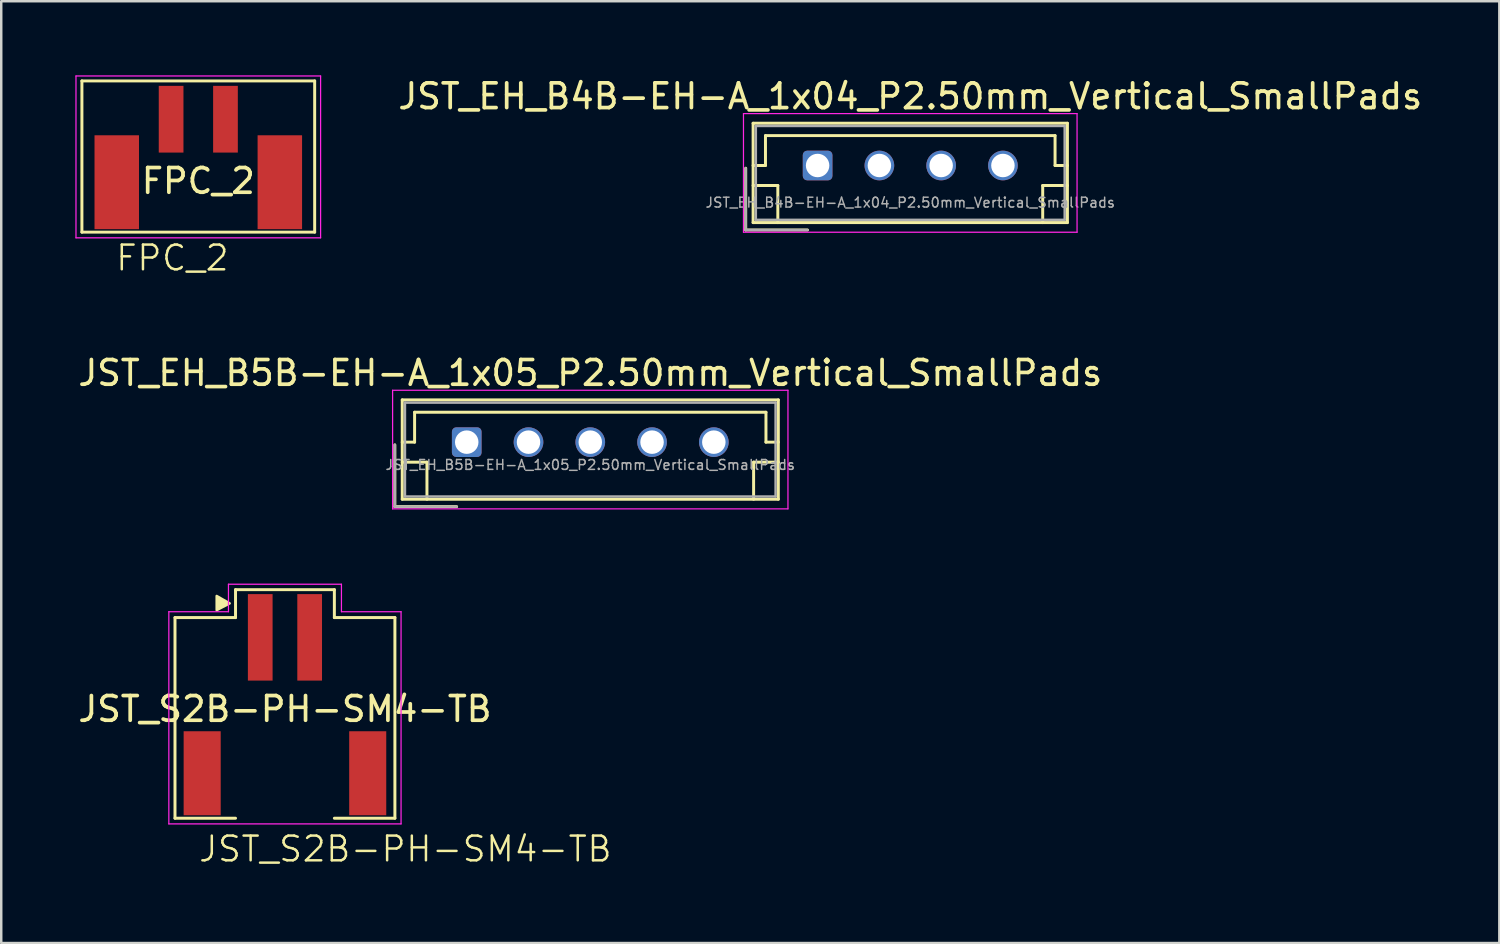
<source format=kicad_pcb>
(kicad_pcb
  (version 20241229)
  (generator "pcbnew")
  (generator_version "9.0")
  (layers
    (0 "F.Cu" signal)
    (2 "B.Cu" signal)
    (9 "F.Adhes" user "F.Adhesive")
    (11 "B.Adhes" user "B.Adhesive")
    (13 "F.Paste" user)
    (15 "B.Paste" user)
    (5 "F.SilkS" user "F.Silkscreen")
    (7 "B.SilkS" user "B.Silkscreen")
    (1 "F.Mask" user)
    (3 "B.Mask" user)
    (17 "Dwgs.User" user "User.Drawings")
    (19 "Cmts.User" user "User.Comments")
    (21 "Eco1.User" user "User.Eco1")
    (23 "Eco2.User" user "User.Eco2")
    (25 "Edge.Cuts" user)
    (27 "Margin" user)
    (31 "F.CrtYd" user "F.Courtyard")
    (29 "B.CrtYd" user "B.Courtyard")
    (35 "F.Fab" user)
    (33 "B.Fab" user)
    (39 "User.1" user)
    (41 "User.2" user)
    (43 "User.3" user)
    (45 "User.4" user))
  (footprint "FPC_2"
    (layer "F.Cu")
    (at 4.975 1.775)
    (property "Reference" "FPC_2" (at 0 2.5 0) (unlocked yes) (layer "F.SilkS") (effects (font (size 1 1) (thickness 0.15))))
    (property "Value" "FPC_2" (at 0 3.65 0) (unlocked yes) (layer "F.Fab") (hide yes) (effects (font (size 1 1) (thickness 0.15))))
    (attr smd)
    (fp_line (start -4.71 -1.55) (end 4.71 -1.55) (stroke (width 0.12) (type default)) (layer "F.SilkS"))
    (fp_line (start -4.71 4.57) (end -4.71 -1.55) (stroke (width 0.12) (type default)) (layer "F.SilkS"))
    (fp_line (start 4.71 4.57) (end -4.71 4.57) (stroke (width 0.12) (type default)) (layer "F.SilkS"))
    (fp_line (start 4.71 4.57) (end 4.71 -1.55) (stroke (width 0.12) (type default)) (layer "F.SilkS"))
    (fp_line (start -4.95 -1.75) (end -4.95 4.8) (stroke (width 0.05) (type default)) (layer "F.CrtYd"))
    (fp_line (start -4.95 -1.75) (end 4.95 -1.75) (stroke (width 0.05) (type default)) (layer "F.CrtYd"))
    (fp_line (start -4.95 4.8) (end 4.95 4.8) (stroke (width 0.05) (type default)) (layer "F.CrtYd"))
    (fp_line (start 4.95 -1.75) (end 4.95 4.8) (stroke (width 0.05) (type default)) (layer "F.CrtYd"))
    (fp_text user "${VALUE}" (at -3.4 6.2 0) (unlocked yes) (layer "F.SilkS") (effects (font (size 1 1) (thickness 0.1)) (justify left bottom)))
    (pad "0" smd rect (at -3.3 2.55) (size 1.8 3.8) (layers "F.Cu" "F.Mask" "F.Paste"))
    (pad "0" smd rect (at 3.3 2.55) (size 1.8 3.8) (layers "F.Cu" "F.Mask" "F.Paste"))
    (pad "1" smd rect (at -1.1 0) (size 1 2.7) (layers "F.Cu" "F.Mask" "F.Paste"))
    (pad "2" smd rect (at 1.1 0) (size 1 2.7) (layers "F.Cu" "F.Mask" "F.Paste")))
  (footprint "JST_EH_B5B-EH-A_1x05_P2.50mm_Vertical_SmallPads"
    (layer "F.Cu")
    (at 15.839 14.844)
    (property "Reference" "JST_EH_B5B-EH-A_1x05_P2.50mm_Vertical_SmallPads" (at 5 -2.8 0) (layer "F.SilkS") (effects (font (size 1 1) (thickness 0.15))))
    (attr through_hole)
    (fp_line (start -2.91 0.11) (end -2.91 2.61) (stroke (width 0.12) (type solid)) (layer "F.SilkS"))
    (fp_line (start -2.91 2.61) (end -0.41 2.61) (stroke (width 0.12) (type solid)) (layer "F.SilkS"))
    (fp_line (start -2.61 -1.71) (end -2.61 2.31) (stroke (width 0.12) (type solid)) (layer "F.SilkS"))
    (fp_line (start -2.61 0) (end -2.11 0) (stroke (width 0.12) (type solid)) (layer "F.SilkS"))
    (fp_line (start -2.61 0.81) (end -1.61 0.81) (stroke (width 0.12) (type solid)) (layer "F.SilkS"))
    (fp_line (start -2.61 2.31) (end 12.61 2.31) (stroke (width 0.12) (type solid)) (layer "F.SilkS"))
    (fp_line (start -2.11 -1.21) (end 12.11 -1.21) (stroke (width 0.12) (type solid)) (layer "F.SilkS"))
    (fp_line (start -2.11 0) (end -2.11 -1.21) (stroke (width 0.12) (type solid)) (layer "F.SilkS"))
    (fp_line (start -1.61 0.81) (end -1.61 2.31) (stroke (width 0.12) (type solid)) (layer "F.SilkS"))
    (fp_line (start 11.61 0.81) (end 11.61 2.31) (stroke (width 0.12) (type solid)) (layer "F.SilkS"))
    (fp_line (start 12.11 -1.21) (end 12.11 0) (stroke (width 0.12) (type solid)) (layer "F.SilkS"))
    (fp_line (start 12.11 0) (end 12.61 0) (stroke (width 0.12) (type solid)) (layer "F.SilkS"))
    (fp_line (start 12.61 -1.71) (end -2.61 -1.71) (stroke (width 0.12) (type solid)) (layer "F.SilkS"))
    (fp_line (start 12.61 0.81) (end 11.61 0.81) (stroke (width 0.12) (type solid)) (layer "F.SilkS"))
    (fp_line (start 12.61 2.31) (end 12.61 -1.71) (stroke (width 0.12) (type solid)) (layer "F.SilkS"))
    (fp_line (start -3 -2.1) (end -3 2.7) (stroke (width 0.05) (type solid)) (layer "F.CrtYd"))
    (fp_line (start -3 2.7) (end 13 2.7) (stroke (width 0.05) (type solid)) (layer "F.CrtYd"))
    (fp_line (start 13 -2.1) (end -3 -2.1) (stroke (width 0.05) (type solid)) (layer "F.CrtYd"))
    (fp_line (start 13 2.7) (end 13 -2.1) (stroke (width 0.05) (type solid)) (layer "F.CrtYd"))
    (fp_line (start -2.91 0.11) (end -2.91 2.61) (stroke (width 0.1) (type solid)) (layer "F.Fab"))
    (fp_line (start -2.91 2.61) (end -0.41 2.61) (stroke (width 0.1) (type solid)) (layer "F.Fab"))
    (fp_line (start -2.5 -1.6) (end -2.5 2.2) (stroke (width 0.1) (type solid)) (layer "F.Fab"))
    (fp_line (start -2.5 2.2) (end 12.5 2.2) (stroke (width 0.1) (type solid)) (layer "F.Fab"))
    (fp_line (start 12.5 -1.6) (end -2.5 -1.6) (stroke (width 0.1) (type solid)) (layer "F.Fab"))
    (fp_line (start 12.5 2.2) (end 12.5 -1.6) (stroke (width 0.1) (type solid)) (layer "F.Fab"))
    (fp_text user "${REFERENCE}" (at 5 0.92 0) (layer "F.Fab") (effects (font (size 0.4 0.4) (thickness 0.06))))
    (pad "1" thru_hole roundrect (at 0 0) (size 1.2 1.2) (drill 0.95) (layers "*.Cu" "*.Mask") (roundrect_rratio 0.147))
    (pad "2" thru_hole oval (at 2.5 0) (size 1.2 1.2) (drill 0.95) (layers "*.Cu" "*.Mask"))
    (pad "3" thru_hole oval (at 5 0) (size 1.2 1.2) (drill 0.95) (layers "*.Cu" "*.Mask"))
    (pad "4" thru_hole oval (at 7.5 0) (size 1.2 1.2) (drill 0.95) (layers "*.Cu" "*.Mask"))
    (pad "5" thru_hole oval (at 10 0) (size 1.2 1.2) (drill 0.95) (layers "*.Cu" "*.Mask")))
  (footprint "JST_S2B-PH-SM4-TB"
    (layer "F.Cu")
    (at 8.482 25.644)
    (property "Reference" "JST_S2B-PH-SM4-TB" (at 0 0 0) (unlocked yes) (layer "F.SilkS") (effects (font (size 1 1) (thickness 0.15))))
    (property "Value" "JST_S2B-PH-SM4-TB" (at 0 1.15 0) (unlocked yes) (layer "F.Fab") (hide yes) (effects (font (size 1 1) (thickness 0.15))))
    (attr smd)
    (fp_line (start -4.45 -3.7) (end -2 -3.7) (stroke (width 0.12) (type default)) (layer "F.SilkS"))
    (fp_line (start -4.45 4.42) (end -4.45 -3.7) (stroke (width 0.12) (type default)) (layer "F.SilkS"))
    (fp_line (start -2 -4.83) (end 2 -4.83) (stroke (width 0.12) (type default)) (layer "F.SilkS"))
    (fp_line (start -2 -3.7) (end -2 -4.83) (stroke (width 0.12) (type default)) (layer "F.SilkS"))
    (fp_line (start -2 4.42) (end -4.45 4.42) (stroke (width 0.12) (type default)) (layer "F.SilkS"))
    (fp_line (start 2 -4.83) (end 2 -3.7) (stroke (width 0.12) (type default)) (layer "F.SilkS"))
    (fp_line (start 2 -3.7) (end 4.45 -3.7) (stroke (width 0.12) (type default)) (layer "F.SilkS"))
    (fp_line (start 2 4.42) (end 4.45 4.42) (stroke (width 0.12) (type default)) (layer "F.SilkS"))
    (fp_line (start 4.45 4.42) (end 4.45 -3.7) (stroke (width 0.12) (type default)) (layer "F.SilkS"))
    (fp_poly (pts (xy -2.763 -4.575) (xy -2.238 -4.275) (xy -2.763 -4)) (stroke (width 0.1) (type solid)) (fill yes) (layer "F.SilkS"))
    (fp_line (start -4.699 -3.937) (end -4.699 4.65) (stroke (width 0.05) (type default)) (layer "F.CrtYd"))
    (fp_line (start -4.699 4.65) (end 4.699 4.65) (stroke (width 0.05) (type default)) (layer "F.CrtYd"))
    (fp_line (start -2.286 -5.05) (end -2.286 -3.937) (stroke (width 0.05) (type default)) (layer "F.CrtYd"))
    (fp_line (start -2.286 -5.05) (end 2.286 -5.05) (stroke (width 0.05) (type default)) (layer "F.CrtYd"))
    (fp_line (start -2.286 -3.937) (end -4.699 -3.937) (stroke (width 0.05) (type default)) (layer "F.CrtYd"))
    (fp_line (start 2.286 -5.05) (end 2.286 -3.937) (stroke (width 0.05) (type default)) (layer "F.CrtYd"))
    (fp_line (start 2.286 -3.937) (end 4.699 -3.937) (stroke (width 0.05) (type default)) (layer "F.CrtYd"))
    (fp_line (start 4.699 -3.937) (end 4.699 4.65) (stroke (width 0.05) (type default)) (layer "F.CrtYd"))
    (fp_text user "${VALUE}" (at -3.55 6.25 0) (unlocked yes) (layer "F.SilkS") (effects (font (size 1 1) (thickness 0.1)) (justify left bottom)))
    (pad "0" smd rect (at -3.35 2.6) (size 1.5 3.4) (layers "F.Cu" "F.Mask" "F.Paste"))
    (pad "0" smd rect (at 3.35 2.6) (size 1.5 3.4) (layers "F.Cu" "F.Mask" "F.Paste"))
    (pad "1" smd rect (at -1 -2.9) (size 1 3.5) (layers "F.Cu" "F.Mask" "F.Paste"))
    (pad "2" smd rect (at 1 -2.9) (size 1 3.5) (layers "F.Cu" "F.Mask" "F.Paste")))
  (footprint "JST_EH_B4B-EH-A_1x04_P2.50mm_Vertical_SmallPads"
    (layer "F.Cu")
    (at 30.039 3.648)
    (property "Reference" "JST_EH_B4B-EH-A_1x04_P2.50mm_Vertical_SmallPads" (at 3.75 -2.8 0) (layer "F.SilkS") (effects (font (size 1 1) (thickness 0.15))))
    (attr through_hole)
    (fp_line (start -2.91 0.11) (end -2.91 2.61) (stroke (width 0.12) (type solid)) (layer "F.SilkS"))
    (fp_line (start -2.91 2.61) (end -0.41 2.61) (stroke (width 0.12) (type solid)) (layer "F.SilkS"))
    (fp_line (start -2.61 -1.71) (end -2.61 2.31) (stroke (width 0.12) (type solid)) (layer "F.SilkS"))
    (fp_line (start -2.61 0) (end -2.11 0) (stroke (width 0.12) (type solid)) (layer "F.SilkS"))
    (fp_line (start -2.61 0.81) (end -1.61 0.81) (stroke (width 0.12) (type solid)) (layer "F.SilkS"))
    (fp_line (start -2.61 2.31) (end 10.11 2.31) (stroke (width 0.12) (type solid)) (layer "F.SilkS"))
    (fp_line (start -2.11 -1.21) (end 9.61 -1.21) (stroke (width 0.12) (type solid)) (layer "F.SilkS"))
    (fp_line (start -2.11 0) (end -2.11 -1.21) (stroke (width 0.12) (type solid)) (layer "F.SilkS"))
    (fp_line (start -1.61 0.81) (end -1.61 2.31) (stroke (width 0.12) (type solid)) (layer "F.SilkS"))
    (fp_line (start 9.11 0.81) (end 9.11 2.31) (stroke (width 0.12) (type solid)) (layer "F.SilkS"))
    (fp_line (start 9.61 -1.21) (end 9.61 0) (stroke (width 0.12) (type solid)) (layer "F.SilkS"))
    (fp_line (start 9.61 0) (end 10.11 0) (stroke (width 0.12) (type solid)) (layer "F.SilkS"))
    (fp_line (start 10.11 -1.71) (end -2.61 -1.71) (stroke (width 0.12) (type solid)) (layer "F.SilkS"))
    (fp_line (start 10.11 0.81) (end 9.11 0.81) (stroke (width 0.12) (type solid)) (layer "F.SilkS"))
    (fp_line (start 10.11 2.31) (end 10.11 -1.71) (stroke (width 0.12) (type solid)) (layer "F.SilkS"))
    (fp_line (start -3 -2.1) (end -3 2.7) (stroke (width 0.05) (type solid)) (layer "F.CrtYd"))
    (fp_line (start -3 2.7) (end 10.5 2.7) (stroke (width 0.05) (type solid)) (layer "F.CrtYd"))
    (fp_line (start 10.5 -2.1) (end -3 -2.1) (stroke (width 0.05) (type solid)) (layer "F.CrtYd"))
    (fp_line (start 10.5 2.7) (end 10.5 -2.1) (stroke (width 0.05) (type solid)) (layer "F.CrtYd"))
    (fp_line (start -2.91 0.11) (end -2.91 2.61) (stroke (width 0.1) (type solid)) (layer "F.Fab"))
    (fp_line (start -2.91 2.61) (end -0.41 2.61) (stroke (width 0.1) (type solid)) (layer "F.Fab"))
    (fp_line (start -2.5 -1.6) (end -2.5 2.2) (stroke (width 0.1) (type solid)) (layer "F.Fab"))
    (fp_line (start -2.5 2.2) (end 10 2.2) (stroke (width 0.1) (type solid)) (layer "F.Fab"))
    (fp_line (start 10 -1.6) (end -2.5 -1.6) (stroke (width 0.1) (type solid)) (layer "F.Fab"))
    (fp_line (start 10 2.2) (end 10 -1.6) (stroke (width 0.1) (type solid)) (layer "F.Fab"))
    (fp_text user "${REFERENCE}" (at 3.75 1.5 0) (layer "F.Fab") (effects (font (size 0.4 0.4) (thickness 0.06))))
    (pad "1" thru_hole roundrect (at 0 0) (size 1.2 1.2) (drill 0.95) (layers "*.Cu" "*.Mask") (roundrect_rratio 0.147))
    (pad "2" thru_hole oval (at 2.5 0) (size 1.2 1.2) (drill 0.95) (layers "*.Cu" "*.Mask"))
    (pad "3" thru_hole oval (at 5 0) (size 1.2 1.2) (drill 0.95) (layers "*.Cu" "*.Mask"))
    (pad "4" thru_hole oval (at 7.5 0) (size 1.2 1.2) (drill 0.95) (layers "*.Cu" "*.Mask")))
  (gr_rect
    (start -3 -3)
    (end 57.629 35.115)
    (stroke (width 0.1) (type default))
    (fill no)
    (layer "Edge.Cuts")))
</source>
